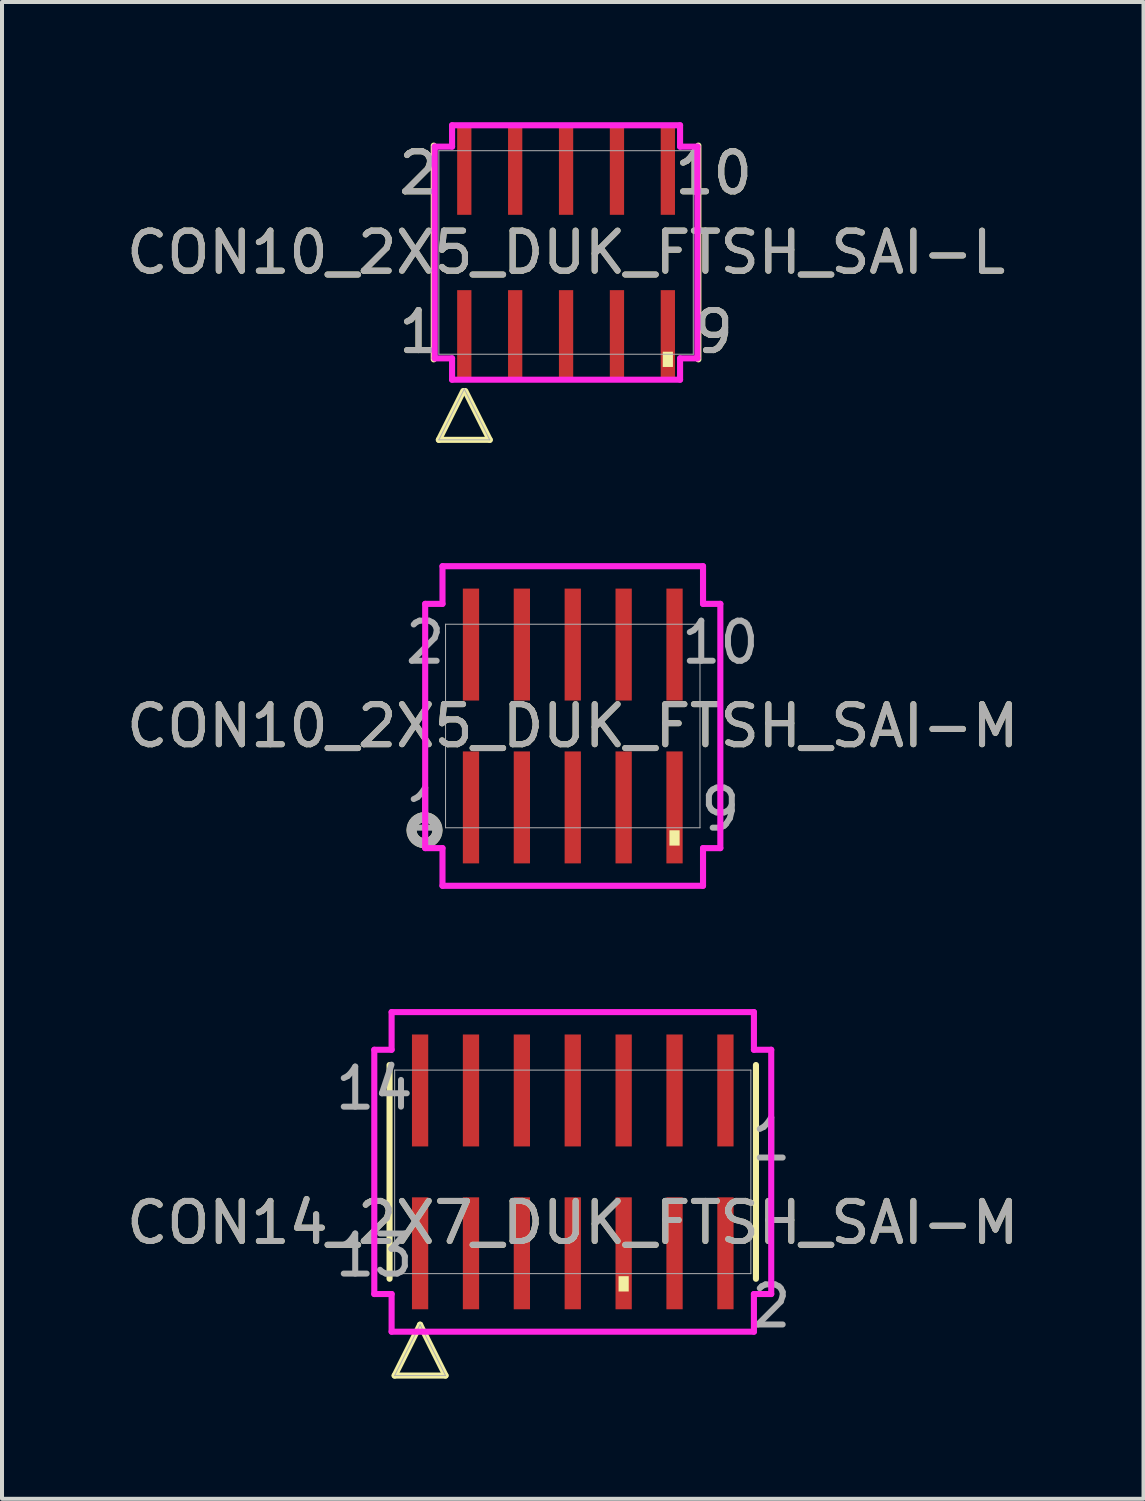
<source format=kicad_pcb>
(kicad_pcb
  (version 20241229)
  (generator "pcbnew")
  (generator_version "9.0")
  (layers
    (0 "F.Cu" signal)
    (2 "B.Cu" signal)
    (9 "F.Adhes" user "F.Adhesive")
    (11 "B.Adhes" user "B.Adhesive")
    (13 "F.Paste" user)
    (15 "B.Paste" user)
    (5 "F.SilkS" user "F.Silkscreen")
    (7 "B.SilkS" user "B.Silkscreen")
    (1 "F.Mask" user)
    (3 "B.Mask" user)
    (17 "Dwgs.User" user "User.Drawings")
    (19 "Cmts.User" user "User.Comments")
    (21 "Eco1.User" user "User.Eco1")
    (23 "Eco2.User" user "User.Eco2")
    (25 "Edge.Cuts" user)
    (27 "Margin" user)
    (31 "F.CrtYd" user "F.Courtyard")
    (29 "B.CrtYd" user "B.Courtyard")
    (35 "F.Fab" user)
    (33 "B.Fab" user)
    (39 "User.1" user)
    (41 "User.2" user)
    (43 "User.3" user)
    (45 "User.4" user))
  (footprint "CON10_2X5_DUK_FTSH_SAI-M"
    (layer "F.Cu")
    (at 11.244 15.068)
    (property "Reference" "CON10_2X5_DUK_FTSH_SAI-M" (at 0 0 0) (unlocked yes) (layer "F.SilkS") (effects (font (size 1 1) (thickness 0.15))))
    (attr smd)
    (fp_circle (center -3.7 2.6) (end -3.46 2.817) (stroke (width 0.25) (type solid)) (fill no) (layer "F.SilkS"))
    (fp_poly (pts (xy 2.413 2.603) (xy 2.413 2.985) (xy 2.667 2.985) (xy 2.667 2.603)) (stroke (width 0) (type solid)) (fill yes) (layer "F.SilkS"))
    (fp_line (start -3.683 -3.048) (end -3.251 -3.048) (stroke (width 0.152) (type solid)) (layer "F.CrtYd"))
    (fp_line (start -3.683 3.048) (end -3.683 -3.048) (stroke (width 0.152) (type solid)) (layer "F.CrtYd"))
    (fp_line (start -3.251 -3.048) (end -3.251 -3.988) (stroke (width 0.152) (type solid)) (layer "F.CrtYd"))
    (fp_line (start -3.251 3.048) (end -3.683 3.048) (stroke (width 0.152) (type solid)) (layer "F.CrtYd"))
    (fp_line (start -3.251 3.988) (end -3.251 3.048) (stroke (width 0.152) (type solid)) (layer "F.CrtYd"))
    (fp_line (start -3.251 3.988) (end 3.251 3.988) (stroke (width 0.152) (type solid)) (layer "F.CrtYd"))
    (fp_line (start 3.251 -3.988) (end -3.251 -3.988) (stroke (width 0.152) (type solid)) (layer "F.CrtYd"))
    (fp_line (start 3.251 -3.988) (end 3.251 -3.048) (stroke (width 0.152) (type solid)) (layer "F.CrtYd"))
    (fp_line (start 3.251 -3.048) (end 3.683 -3.048) (stroke (width 0.152) (type solid)) (layer "F.CrtYd"))
    (fp_line (start 3.251 3.048) (end 3.251 3.988) (stroke (width 0.152) (type solid)) (layer "F.CrtYd"))
    (fp_line (start 3.683 -3.048) (end 3.683 3.048) (stroke (width 0.152) (type solid)) (layer "F.CrtYd"))
    (fp_line (start 3.683 3.048) (end 3.251 3.048) (stroke (width 0.152) (type solid)) (layer "F.CrtYd"))
    (fp_line (start -3.175 -2.54) (end -3.175 2.54) (stroke (width 0.025) (type solid)) (layer "F.Fab"))
    (fp_line (start -3.175 2.54) (end 3.175 2.54) (stroke (width 0.025) (type solid)) (layer "F.Fab"))
    (fp_line (start 3.175 -2.54) (end -3.175 -2.54) (stroke (width 0.025) (type solid)) (layer "F.Fab"))
    (fp_line (start 3.175 2.54) (end 3.175 -2.54) (stroke (width 0.025) (type solid)) (layer "F.Fab"))
    (fp_circle (center -3.7 2.6) (end -3.46 2.817) (stroke (width 0.25) (type solid)) (fill no) (layer "F.Fab"))
    (fp_text user "2" (at -3.683 -2.083 0) (unlocked yes) (layer "F.Fab") (effects (font (size 1 1) (thickness 0.15))))
    (fp_text user "9" (at 3.683 2.083 0) (unlocked yes) (layer "F.Fab") (effects (font (size 1 1) (thickness 0.15))))
    (fp_text user "1" (at -3.683 2.083 0) (unlocked yes) (layer "F.Fab") (effects (font (size 1 1) (thickness 0.15))))
    (fp_text user "${REFERENCE}" (at 0 0 0) (unlocked yes) (layer "F.Fab") (effects (font (size 1 1) (thickness 0.15))))
    (fp_text user "10" (at 3.683 -2.083 0) (unlocked yes) (layer "F.Fab") (effects (font (size 1 1) (thickness 0.15))))
    (pad "1" smd rect (at -2.54 2.032) (size 0.406 2.794) (layers "F.Cu" "F.Mask" "F.Paste"))
    (pad "2" smd rect (at -2.54 -2.032) (size 0.406 2.794) (layers "F.Cu" "F.Mask" "F.Paste"))
    (pad "3" smd rect (at -1.27 2.032) (size 0.406 2.794) (layers "F.Cu" "F.Mask" "F.Paste"))
    (pad "4" smd rect (at -1.27 -2.032) (size 0.406 2.794) (layers "F.Cu" "F.Mask" "F.Paste"))
    (pad "5" smd rect (at 0 2.032) (size 0.406 2.794) (layers "F.Cu" "F.Mask" "F.Paste"))
    (pad "6" smd rect (at 0 -2.032) (size 0.406 2.794) (layers "F.Cu" "F.Mask" "F.Paste"))
    (pad "7" smd rect (at 1.27 2.032) (size 0.406 2.794) (layers "F.Cu" "F.Mask" "F.Paste"))
    (pad "8" smd rect (at 1.27 -2.032) (size 0.406 2.794) (layers "F.Cu" "F.Mask" "F.Paste"))
    (pad "9" smd rect (at 2.54 2.032) (size 0.406 2.794) (layers "F.Cu" "F.Mask" "F.Paste"))
    (pad "10" smd rect (at 2.54 -2.032) (size 0.406 2.794) (layers "F.Cu" "F.Mask" "F.Paste")))
  (footprint "CON10_2X5_DUK_FTSH_SAI-L"
    (layer "F.Cu")
    (at 11.077 3.251)
    (property "Reference" "CON10_2X5_DUK_FTSH_SAI-L" (at 0 0 0) (unlocked yes) (layer "F.SilkS") (effects (font (size 1 1) (thickness 0.15))))
    (attr smd)
    (fp_line (start -3.302 -2.667) (end -3.302 2.667) (stroke (width 0.152) (type solid)) (layer "F.SilkS"))
    (fp_line (start -3.175 4.676) (end -2.565 3.457) (stroke (width 0.152) (type solid)) (layer "F.SilkS"))
    (fp_line (start -2.515 3.457) (end -1.905 4.676) (stroke (width 0.152) (type solid)) (layer "F.SilkS"))
    (fp_line (start -1.905 4.676) (end -3.175 4.676) (stroke (width 0.152) (type solid)) (layer "F.SilkS"))
    (fp_line (start 3.302 2.667) (end 3.302 -2.667) (stroke (width 0.152) (type solid)) (layer "F.SilkS"))
    (fp_poly (pts (xy 2.413 2.477) (xy 2.413 2.857) (xy 2.667 2.857) (xy 2.667 2.477)) (stroke (width 0) (type solid)) (fill yes) (layer "F.SilkS"))
    (fp_line (start -3.277 -2.642) (end -2.845 -2.642) (stroke (width 0.152) (type solid)) (layer "F.CrtYd"))
    (fp_line (start -3.277 2.642) (end -3.277 -2.642) (stroke (width 0.152) (type solid)) (layer "F.CrtYd"))
    (fp_line (start -2.845 -2.642) (end -2.845 -3.175) (stroke (width 0.152) (type solid)) (layer "F.CrtYd"))
    (fp_line (start -2.845 2.642) (end -3.277 2.642) (stroke (width 0.152) (type solid)) (layer "F.CrtYd"))
    (fp_line (start -2.845 3.175) (end -2.845 2.642) (stroke (width 0.152) (type solid)) (layer "F.CrtYd"))
    (fp_line (start -2.845 3.175) (end 2.845 3.175) (stroke (width 0.152) (type solid)) (layer "F.CrtYd"))
    (fp_line (start 2.845 -3.175) (end -2.845 -3.175) (stroke (width 0.152) (type solid)) (layer "F.CrtYd"))
    (fp_line (start 2.845 -3.175) (end 2.845 -2.642) (stroke (width 0.152) (type solid)) (layer "F.CrtYd"))
    (fp_line (start 2.845 -2.642) (end 3.277 -2.642) (stroke (width 0.152) (type solid)) (layer "F.CrtYd"))
    (fp_line (start 2.845 2.642) (end 2.845 3.175) (stroke (width 0.152) (type solid)) (layer "F.CrtYd"))
    (fp_line (start 3.277 -2.642) (end 3.277 2.642) (stroke (width 0.152) (type solid)) (layer "F.CrtYd"))
    (fp_line (start 3.277 2.642) (end 2.845 2.642) (stroke (width 0.152) (type solid)) (layer "F.CrtYd"))
    (fp_line (start -3.175 -2.54) (end -3.175 2.54) (stroke (width 0.025) (type solid)) (layer "F.Fab"))
    (fp_line (start -3.175 2.54) (end 3.175 2.54) (stroke (width 0.025) (type solid)) (layer "F.Fab"))
    (fp_line (start -3.175 4.676) (end -2.54 3.406) (stroke (width 0.025) (type solid)) (layer "F.Fab"))
    (fp_line (start -2.54 3.406) (end -1.905 4.676) (stroke (width 0.025) (type solid)) (layer "F.Fab"))
    (fp_line (start -1.905 4.676) (end -3.175 4.676) (stroke (width 0.025) (type solid)) (layer "F.Fab"))
    (fp_line (start 3.175 -2.54) (end -3.175 -2.54) (stroke (width 0.025) (type solid)) (layer "F.Fab"))
    (fp_line (start 3.175 2.54) (end 3.175 -2.54) (stroke (width 0.025) (type solid)) (layer "F.Fab"))
    (fp_text user "1" (at -3.683 1.981 0) (unlocked yes) (layer "F.SilkS") (effects (font (size 1 1) (thickness 0.15))))
    (fp_text user "9" (at 3.683 1.981 0) (unlocked yes) (layer "F.SilkS") (effects (font (size 1 1) (thickness 0.15))))
    (fp_text user "2" (at -3.683 -1.981 0) (unlocked yes) (layer "F.SilkS") (effects (font (size 1 1) (thickness 0.15))))
    (fp_text user "10" (at 3.683 -1.981 0) (unlocked yes) (layer "F.SilkS") (effects (font (size 1 1) (thickness 0.15))))
    (fp_text user "${REFERENCE}" (at 0 0 0) (unlocked yes) (layer "F.Fab") (effects (font (size 1 1) (thickness 0.15))))
    (fp_text user "1" (at -3.683 1.981 0) (unlocked yes) (layer "F.Fab") (effects (font (size 1 1) (thickness 0.15))))
    (fp_text user "2" (at -3.683 -1.981 0) (unlocked yes) (layer "F.Fab") (effects (font (size 1 1) (thickness 0.15))))
    (fp_text user "10" (at 3.683 -1.981 0) (unlocked yes) (layer "F.Fab") (effects (font (size 1 1) (thickness 0.15))))
    (fp_text user "9" (at 3.683 1.981 0) (unlocked yes) (layer "F.Fab") (effects (font (size 1 1) (thickness 0.15))))
    (pad "1" smd rect (at -2.54 2.032) (size 0.356 2.184) (layers "F.Cu" "F.Mask" "F.Paste"))
    (pad "2" smd rect (at -2.54 -2.032) (size 0.356 2.184) (layers "F.Cu" "F.Mask" "F.Paste"))
    (pad "3" smd rect (at -1.27 2.032) (size 0.356 2.184) (layers "F.Cu" "F.Mask" "F.Paste"))
    (pad "4" smd rect (at -1.27 -2.032) (size 0.356 2.184) (layers "F.Cu" "F.Mask" "F.Paste"))
    (pad "5" smd rect (at 0 2.032) (size 0.356 2.184) (layers "F.Cu" "F.Mask" "F.Paste"))
    (pad "6" smd rect (at 0 -2.032) (size 0.356 2.184) (layers "F.Cu" "F.Mask" "F.Paste"))
    (pad "7" smd rect (at 1.27 2.032) (size 0.356 2.184) (layers "F.Cu" "F.Mask" "F.Paste"))
    (pad "8" smd rect (at 1.27 -2.032) (size 0.356 2.184) (layers "F.Cu" "F.Mask" "F.Paste"))
    (pad "9" smd rect (at 2.54 2.032) (size 0.356 2.184) (layers "F.Cu" "F.Mask" "F.Paste"))
    (pad "10" smd rect (at 2.54 -2.032) (size 0.356 2.184) (layers "F.Cu" "F.Mask" "F.Paste")))
  (footprint "CON14_2X7_DUK_FTSH_SAI-M"
    (layer "F.Cu")
    (at 11.244 26.196)
    (property "Reference" "CON14_2X7_DUK_FTSH_SAI-M" (at 0 1.27 0) (unlocked yes) (layer "F.SilkS") (effects (font (size 1 1) (thickness 0.15))))
    (attr smd)
    (fp_line (start -4.572 2.667) (end -4.572 -2.667) (stroke (width 0.152) (type solid)) (layer "F.SilkS"))
    (fp_line (start -4.445 5.083) (end -3.81 3.813) (stroke (width 0.152) (type solid)) (layer "F.SilkS"))
    (fp_line (start -3.81 3.813) (end -3.175 5.083) (stroke (width 0.152) (type solid)) (layer "F.SilkS"))
    (fp_line (start -3.175 5.083) (end -4.445 5.083) (stroke (width 0.152) (type solid)) (layer "F.SilkS"))
    (fp_line (start 4.572 -2.667) (end 4.572 2.667) (stroke (width 0.152) (type solid)) (layer "F.SilkS"))
    (fp_poly (pts (xy 1.397 2.603) (xy 1.397 2.985) (xy 1.143 2.985) (xy 1.143 2.603)) (stroke (width 0) (type solid)) (fill yes) (layer "F.SilkS"))
    (fp_line (start -4.953 -3.048) (end -4.953 3.048) (stroke (width 0.152) (type solid)) (layer "F.CrtYd"))
    (fp_line (start -4.953 3.048) (end -4.521 3.048) (stroke (width 0.152) (type solid)) (layer "F.CrtYd"))
    (fp_line (start -4.521 -3.988) (end -4.521 -3.048) (stroke (width 0.152) (type solid)) (layer "F.CrtYd"))
    (fp_line (start -4.521 -3.988) (end 4.521 -3.988) (stroke (width 0.152) (type solid)) (layer "F.CrtYd"))
    (fp_line (start -4.521 -3.048) (end -4.953 -3.048) (stroke (width 0.152) (type solid)) (layer "F.CrtYd"))
    (fp_line (start -4.521 3.048) (end -4.521 3.988) (stroke (width 0.152) (type solid)) (layer "F.CrtYd"))
    (fp_line (start 4.521 -3.048) (end 4.521 -3.988) (stroke (width 0.152) (type solid)) (layer "F.CrtYd"))
    (fp_line (start 4.521 3.048) (end 4.953 3.048) (stroke (width 0.152) (type solid)) (layer "F.CrtYd"))
    (fp_line (start 4.521 3.988) (end -4.521 3.988) (stroke (width 0.152) (type solid)) (layer "F.CrtYd"))
    (fp_line (start 4.521 3.988) (end 4.521 3.048) (stroke (width 0.152) (type solid)) (layer "F.CrtYd"))
    (fp_line (start 4.953 -3.048) (end 4.521 -3.048) (stroke (width 0.152) (type solid)) (layer "F.CrtYd"))
    (fp_line (start 4.953 3.048) (end 4.953 -3.048) (stroke (width 0.152) (type solid)) (layer "F.CrtYd"))
    (fp_line (start -4.445 -2.54) (end 4.445 -2.54) (stroke (width 0.025) (type solid)) (layer "F.Fab"))
    (fp_line (start -4.445 2.54) (end -4.445 -2.54) (stroke (width 0.025) (type solid)) (layer "F.Fab"))
    (fp_line (start -4.445 5.083) (end -3.81 3.813) (stroke (width 0.025) (type solid)) (layer "F.Fab"))
    (fp_line (start -3.81 3.813) (end -3.175 5.083) (stroke (width 0.025) (type solid)) (layer "F.Fab"))
    (fp_line (start -3.175 5.083) (end -4.445 5.083) (stroke (width 0.025) (type solid)) (layer "F.Fab"))
    (fp_line (start 4.445 -2.54) (end 4.445 2.54) (stroke (width 0.025) (type solid)) (layer "F.Fab"))
    (fp_line (start 4.445 2.54) (end -4.445 2.54) (stroke (width 0.025) (type solid)) (layer "F.Fab"))
    (fp_text user "14" (at -4.953 -2.083 0) (unlocked yes) (layer "F.Fab") (effects (font (size 1 1) (thickness 0.15))))
    (fp_text user "13" (at -4.953 2.083 0) (unlocked yes) (layer "F.Fab") (effects (font (size 1 1) (thickness 0.15))))
    (fp_text user "1" (at 4.953 -0.813 0) (unlocked yes) (layer "F.Fab") (effects (font (size 1 1) (thickness 0.15))))
    (fp_text user "${REFERENCE}" (at 0 1.27 0) (unlocked yes) (layer "F.Fab") (effects (font (size 1 1) (thickness 0.15))))
    (fp_text user "2" (at 4.953 3.353 0) (unlocked yes) (layer "F.Fab") (effects (font (size 1 1) (thickness 0.15))))
    (pad "1" smd rect (at -3.81 2.032) (size 0.406 2.794) (layers "F.Cu" "F.Mask" "F.Paste"))
    (pad "2" smd rect (at -3.81 -2.032) (size 0.406 2.794) (layers "F.Cu" "F.Mask" "F.Paste"))
    (pad "3" smd rect (at -2.54 2.032) (size 0.406 2.794) (layers "F.Cu" "F.Mask" "F.Paste"))
    (pad "4" smd rect (at -2.54 -2.032) (size 0.406 2.794) (layers "F.Cu" "F.Mask" "F.Paste"))
    (pad "5" smd rect (at -1.27 2.032) (size 0.406 2.794) (layers "F.Cu" "F.Mask" "F.Paste"))
    (pad "6" smd rect (at -1.27 -2.032) (size 0.406 2.794) (layers "F.Cu" "F.Mask" "F.Paste"))
    (pad "7" smd rect (at 0 2.032) (size 0.406 2.794) (layers "F.Cu" "F.Mask" "F.Paste"))
    (pad "8" smd rect (at 0 -2.032) (size 0.406 2.794) (layers "F.Cu" "F.Mask" "F.Paste"))
    (pad "9" smd rect (at 1.27 2.032) (size 0.406 2.794) (layers "F.Cu" "F.Mask" "F.Paste"))
    (pad "10" smd rect (at 1.27 -2.032) (size 0.406 2.794) (layers "F.Cu" "F.Mask" "F.Paste"))
    (pad "11" smd rect (at 2.54 2.032) (size 0.406 2.794) (layers "F.Cu" "F.Mask" "F.Paste"))
    (pad "12" smd rect (at 2.54 -2.032) (size 0.406 2.794) (layers "F.Cu" "F.Mask" "F.Paste"))
    (pad "13" smd rect (at 3.81 2.032) (size 0.406 2.794) (layers "F.Cu" "F.Mask" "F.Paste"))
    (pad "14" smd rect (at 3.81 -2.032) (size 0.406 2.794) (layers "F.Cu" "F.Mask" "F.Paste")))
  (gr_rect
    (start -3 -3)
    (end 25.488 34.354)
    (stroke (width 0.1) (type default))
    (fill no)
    (layer "Edge.Cuts")))
</source>
